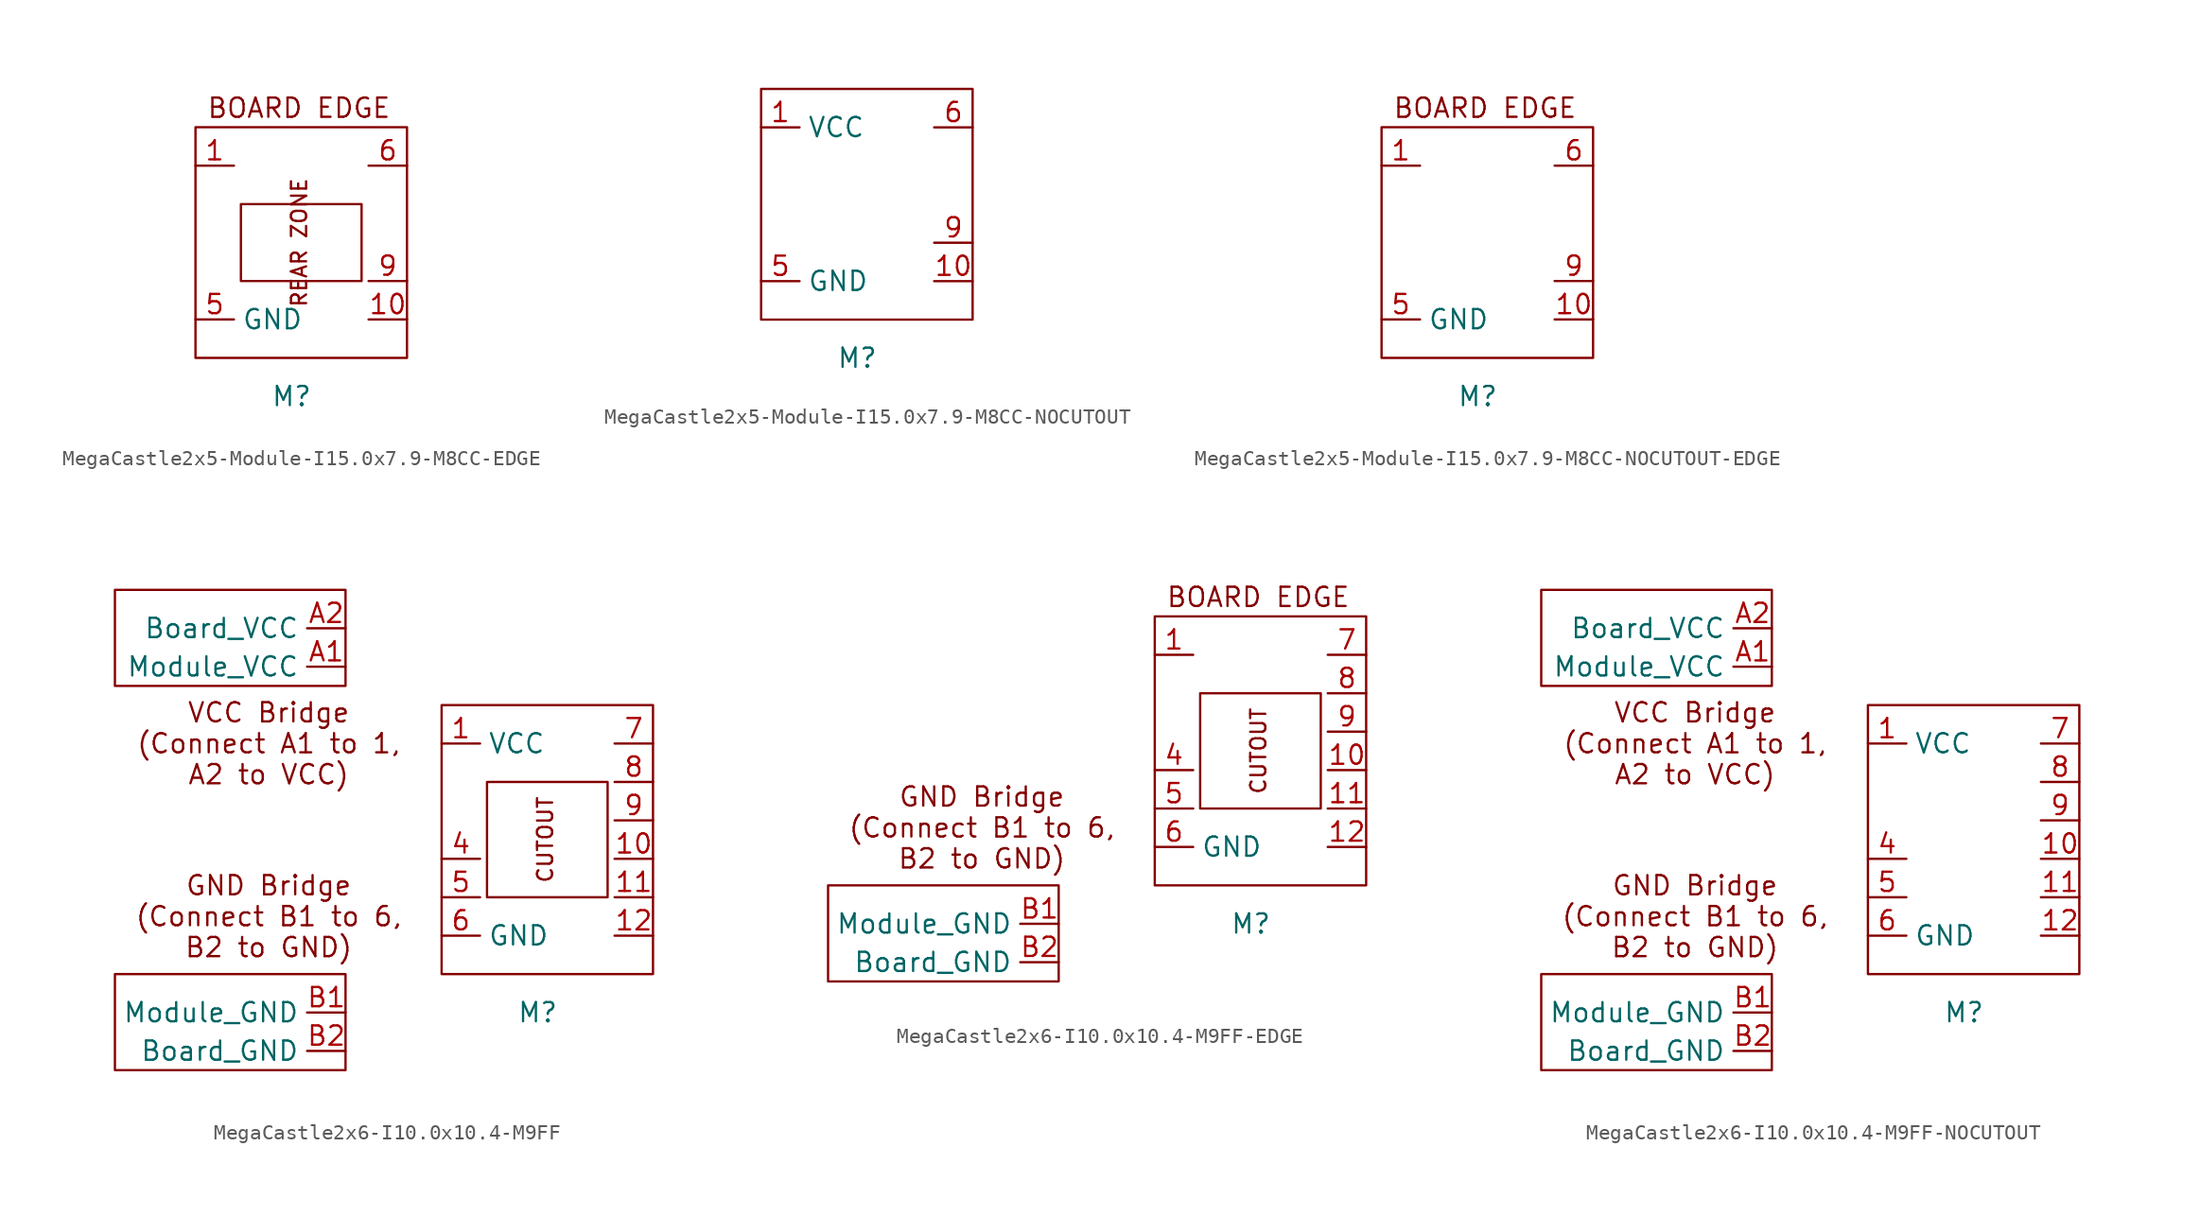
<source format=kicad_sym>
(kicad_symbol_lib
  (version 20241209)
  (generator "kicad_symbol_editor")
  (generator_version "9.0")
  (symbol "MegaCastle2x5-Module-I15.0x7.9-M8CC-EDGE"
    (property "Reference" "M"
      (at 0 -10.16 0)
      (effects (font (size 1.27 1.27))))
    (property "Value" ""
      (at 0 5.08 0)
      (effects (font (size 1.27 1.27))))
    (symbol "MegaCastle2x5-Module-I15.0x7.9-M8CC-EDGE_0_1"
      (rectangle (start -6.35 7.62) (end 7.62 -7.62) (stroke (width 0) (type default)) (fill (type none)))
      (rectangle (start -3.35 2.54) (end 4.62 -2.54) (stroke (width 0) (type default)) (fill (type none))))
    (symbol "MegaCastle2x5-Module-I15.0x7.9-M8CC-EDGE_1_1"
      (text " BOARD EDGE" (at 0 8.89 0) (effects (font (size 1.27 1.27))))
      (text "REAR ZONE" (at 0.5 0 900) (effects (font (size 1 1))))
      (pin bidirectional line (at -6.35 5.08 0) (length 2.54) (name "" (effects (font (size 1.27 1.27)))) (number "1" (effects (font (size 1.27 1.27)))))
      (pin bidirectional line (at -6.35 -5.08 0) (length 2.54) (name "GND" (effects (font (size 1.27 1.27)))) (number "5" (effects (font (size 1.27 1.27)))))
      (pin bidirectional line (at 7.62 5.08 180) (length 2.54) (name "" (effects (font (size 1.27 1.27)))) (number "6" (effects (font (size 1.27 1.27)))))
      (pin bidirectional line (at 7.62 -2.54 180) (length 2.54) (name "" (effects (font (size 1.27 1.27)))) (number "9" (effects (font (size 1.27 1.27)))))
      (pin bidirectional line (at 7.62 -5.08 180) (length 2.54) (name "" (effects (font (size 1.27 1.27)))) (number "10" (effects (font (size 1.27 1.27)))))))
  (symbol "MegaCastle2x5-Module-I15.0x7.9-M8CC-NOCUTOUT"
    (property "Reference" "M"
      (at 0 -10.16 0)
      (effects (font (size 1.27 1.27))))
    (property "Value" ""
      (at 0 5.08 0)
      (effects (font (size 1.27 1.27))))
    (symbol "MegaCastle2x5-Module-I15.0x7.9-M8CC-NOCUTOUT_0_1"
      (rectangle (start -6.35 7.62) (end 7.62 -7.62) (stroke (width 0) (type default)) (fill (type none))))
    (symbol "MegaCastle2x5-Module-I15.0x7.9-M8CC-NOCUTOUT_1_1"
      (pin bidirectional line (at -6.35 5.08 0) (length 2.54) (name "VCC" (effects (font (size 1.27 1.27)))) (number "1" (effects (font (size 1.27 1.27)))))
      (pin bidirectional line (at -6.35 -5.08 0) (length 2.54) (name "GND" (effects (font (size 1.27 1.27)))) (number "5" (effects (font (size 1.27 1.27)))))
      (pin bidirectional line (at 7.62 5.08 180) (length 2.54) (name "" (effects (font (size 1.27 1.27)))) (number "6" (effects (font (size 1.27 1.27)))))
      (pin bidirectional line (at 7.62 -2.54 180) (length 2.54) (name "" (effects (font (size 1.27 1.27)))) (number "9" (effects (font (size 1.27 1.27)))))
      (pin bidirectional line (at 7.62 -5.08 180) (length 2.54) (name "" (effects (font (size 1.27 1.27)))) (number "10" (effects (font (size 1.27 1.27)))))))
  (symbol "MegaCastle2x5-Module-I15.0x7.9-M8CC-NOCUTOUT-EDGE"
    (property "Reference" "M"
      (at 0 -10.16 0)
      (effects (font (size 1.27 1.27))))
    (property "Value" ""
      (at 0 5.08 0)
      (effects (font (size 1.27 1.27))))
    (symbol "MegaCastle2x5-Module-I15.0x7.9-M8CC-NOCUTOUT-EDGE_0_1"
      (rectangle (start -6.35 7.62) (end 7.62 -7.62) (stroke (width 0) (type default)) (fill (type none))))
    (symbol "MegaCastle2x5-Module-I15.0x7.9-M8CC-NOCUTOUT-EDGE_1_1"
      (text " BOARD EDGE" (at 0 8.89 0) (effects (font (size 1.27 1.27))))
      (pin bidirectional line (at -6.35 5.08 0) (length 2.54) (name "" (effects (font (size 1.27 1.27)))) (number "1" (effects (font (size 1.27 1.27)))))
      (pin bidirectional line (at -6.35 -5.08 0) (length 2.54) (name "GND" (effects (font (size 1.27 1.27)))) (number "5" (effects (font (size 1.27 1.27)))))
      (pin bidirectional line (at 7.62 5.08 180) (length 2.54) (name "" (effects (font (size 1.27 1.27)))) (number "6" (effects (font (size 1.27 1.27)))))
      (pin bidirectional line (at 7.62 -2.54 180) (length 2.54) (name "" (effects (font (size 1.27 1.27)))) (number "9" (effects (font (size 1.27 1.27)))))
      (pin bidirectional line (at 7.62 -5.08 180) (length 2.54) (name "" (effects (font (size 1.27 1.27)))) (number "10" (effects (font (size 1.27 1.27)))))))
  (symbol "MegaCastle2x6-I10.0x10.4-M9FF"
    (property "Reference" "M"
      (at 0 -11.43 0)
      (effects (font (size 1.27 1.27))))
    (property "Value" ""
      (at 0 5.08 0)
      (effects (font (size 1.27 1.27))))
    (symbol "MegaCastle2x6-I10.0x10.4-M9FF_0_1"
      (rectangle (start -27.94 16.51) (end -12.7 10.16) (stroke (width 0) (type default)) (fill (type none)))
      (rectangle (start -27.94 -8.89) (end -12.7 -15.24) (stroke (width 0) (type default)) (fill (type none)))
      (rectangle (start -6.35 8.89) (end 7.62 -8.89) (stroke (width 0) (type default)) (fill (type none)))
      (rectangle (start -3.35 3.81) (end 4.62 -3.81) (stroke (width 0) (type default)) (fill (type none))))
    (symbol "MegaCastle2x6-I10.0x10.4-M9FF_1_1"
      (text "VCC Bridge\n(Connect A1 to 1,\nA2 to VCC)" (at -17.78 6.35 0) (effects (font (size 1.27 1.27))))
      (text "GND Bridge\n(Connect B1 to 6,\nB2 to GND)" (at -17.78 -5.08 0) (effects (font (size 1.27 1.27))))
      (text "CUTOUT" (at 0.5 0 900) (effects (font (size 1 1))))
      (pin bidirectional line (at -12.7 13.97 180) (length 2.54) (name "Board_VCC" (effects (font (size 1.27 1.27)))) (number "A2" (effects (font (size 1.27 1.27)))))
      (pin bidirectional line (at -12.7 11.43 180) (length 2.54) (name "Module_VCC" (effects (font (size 1.27 1.27)))) (number "A1" (effects (font (size 1.27 1.27)))))
      (pin bidirectional line (at -12.7 -11.43 180) (length 2.54) (name "Module_GND" (effects (font (size 1.27 1.27)))) (number "B1" (effects (font (size 1.27 1.27)))))
      (pin bidirectional line (at -12.7 -13.97 180) (length 2.54) (name "Board_GND" (effects (font (size 1.27 1.27)))) (number "B2" (effects (font (size 1.27 1.27)))))
      (pin bidirectional line (at -6.35 6.35 0) (length 2.54) (name "VCC" (effects (font (size 1.27 1.27)))) (number "1" (effects (font (size 1.27 1.27)))))
      (pin bidirectional line (at -6.35 -1.27 0) (length 2.54) (name "" (effects (font (size 1.27 1.27)))) (number "4" (effects (font (size 1.27 1.27)))))
      (pin bidirectional line (at -6.35 -3.81 0) (length 2.54) (name "" (effects (font (size 1.27 1.27)))) (number "5" (effects (font (size 1.27 1.27)))))
      (pin bidirectional line (at -6.35 -6.35 0) (length 2.54) (name "GND" (effects (font (size 1.27 1.27)))) (number "6" (effects (font (size 1.27 1.27)))))
      (pin bidirectional line (at 7.62 6.35 180) (length 2.54) (name "" (effects (font (size 1.27 1.27)))) (number "7" (effects (font (size 1.27 1.27)))))
      (pin bidirectional line (at 7.62 3.81 180) (length 2.54) (name "" (effects (font (size 1.27 1.27)))) (number "8" (effects (font (size 1.27 1.27)))))
      (pin bidirectional line (at 7.62 1.27 180) (length 2.54) (name "" (effects (font (size 1.27 1.27)))) (number "9" (effects (font (size 1.27 1.27)))))
      (pin bidirectional line (at 7.62 -1.27 180) (length 2.54) (name "" (effects (font (size 1.27 1.27)))) (number "10" (effects (font (size 1.27 1.27)))))
      (pin bidirectional line (at 7.62 -3.81 180) (length 2.54) (name "" (effects (font (size 1.27 1.27)))) (number "11" (effects (font (size 1.27 1.27)))))
      (pin bidirectional line (at 7.62 -6.35 180) (length 2.54) (name "" (effects (font (size 1.27 1.27)))) (number "12" (effects (font (size 1.27 1.27)))))))
  (symbol "MegaCastle2x6-I10.0x10.4-M9FF-EDGE"
    (property "Reference" "M"
      (at 0 -11.43 0)
      (effects (font (size 1.27 1.27))))
    (property "Value" ""
      (at 0 5.08 0)
      (effects (font (size 1.27 1.27))))
    (symbol "MegaCastle2x6-I10.0x10.4-M9FF-EDGE_0_1"
      (rectangle (start -27.94 -8.89) (end -12.7 -15.24) (stroke (width 0) (type default)) (fill (type none)))
      (rectangle (start -6.35 8.89) (end 7.62 -8.89) (stroke (width 0) (type default)) (fill (type none)))
      (rectangle (start -3.35 3.81) (end 4.62 -3.81) (stroke (width 0) (type default)) (fill (type none))))
    (symbol "MegaCastle2x6-I10.0x10.4-M9FF-EDGE_1_1"
      (text "GND Bridge\n(Connect B1 to 6,\nB2 to GND)" (at -17.78 -5.08 0) (effects (font (size 1.27 1.27))))
      (text " BOARD EDGE" (at 0 10.16 0) (effects (font (size 1.27 1.27))))
      (text "CUTOUT" (at 0.5 0 900) (effects (font (size 1 1))))
      (pin bidirectional line (at -12.7 -11.43 180) (length 2.54) (name "Module_GND" (effects (font (size 1.27 1.27)))) (number "B1" (effects (font (size 1.27 1.27)))))
      (pin bidirectional line (at -12.7 -13.97 180) (length 2.54) (name "Board_GND" (effects (font (size 1.27 1.27)))) (number "B2" (effects (font (size 1.27 1.27)))))
      (pin bidirectional line (at -6.35 6.35 0) (length 2.54) (name "" (effects (font (size 1.27 1.27)))) (number "1" (effects (font (size 1.27 1.27)))))
      (pin bidirectional line (at -6.35 -1.27 0) (length 2.54) (name "" (effects (font (size 1.27 1.27)))) (number "4" (effects (font (size 1.27 1.27)))))
      (pin bidirectional line (at -6.35 -3.81 0) (length 2.54) (name "" (effects (font (size 1.27 1.27)))) (number "5" (effects (font (size 1.27 1.27)))))
      (pin bidirectional line (at -6.35 -6.35 0) (length 2.54) (name "GND" (effects (font (size 1.27 1.27)))) (number "6" (effects (font (size 1.27 1.27)))))
      (pin bidirectional line (at 7.62 6.35 180) (length 2.54) (name "" (effects (font (size 1.27 1.27)))) (number "7" (effects (font (size 1.27 1.27)))))
      (pin bidirectional line (at 7.62 3.81 180) (length 2.54) (name "" (effects (font (size 1.27 1.27)))) (number "8" (effects (font (size 1.27 1.27)))))
      (pin bidirectional line (at 7.62 1.27 180) (length 2.54) (name "" (effects (font (size 1.27 1.27)))) (number "9" (effects (font (size 1.27 1.27)))))
      (pin bidirectional line (at 7.62 -1.27 180) (length 2.54) (name "" (effects (font (size 1.27 1.27)))) (number "10" (effects (font (size 1.27 1.27)))))
      (pin bidirectional line (at 7.62 -3.81 180) (length 2.54) (name "" (effects (font (size 1.27 1.27)))) (number "11" (effects (font (size 1.27 1.27)))))
      (pin bidirectional line (at 7.62 -6.35 180) (length 2.54) (name "" (effects (font (size 1.27 1.27)))) (number "12" (effects (font (size 1.27 1.27)))))))
  (symbol "MegaCastle2x6-I10.0x10.4-M9FF-NOCUTOUT"
    (property "Reference" "M"
      (at 0 -11.43 0)
      (effects (font (size 1.27 1.27))))
    (property "Value" ""
      (at 0 5.08 0)
      (effects (font (size 1.27 1.27))))
    (symbol "MegaCastle2x6-I10.0x10.4-M9FF-NOCUTOUT_0_1"
      (rectangle (start -27.94 16.51) (end -12.7 10.16) (stroke (width 0) (type default)) (fill (type none)))
      (rectangle (start -27.94 -8.89) (end -12.7 -15.24) (stroke (width 0) (type default)) (fill (type none)))
      (rectangle (start -6.35 8.89) (end 7.62 -8.89) (stroke (width 0) (type default)) (fill (type none))))
    (symbol "MegaCastle2x6-I10.0x10.4-M9FF-NOCUTOUT_1_1"
      (text "VCC Bridge\n(Connect A1 to 1,\nA2 to VCC)" (at -17.78 6.35 0) (effects (font (size 1.27 1.27))))
      (text "GND Bridge\n(Connect B1 to 6,\nB2 to GND)" (at -17.78 -5.08 0) (effects (font (size 1.27 1.27))))
      (pin bidirectional line (at -12.7 13.97 180) (length 2.54) (name "Board_VCC" (effects (font (size 1.27 1.27)))) (number "A2" (effects (font (size 1.27 1.27)))))
      (pin bidirectional line (at -12.7 11.43 180) (length 2.54) (name "Module_VCC" (effects (font (size 1.27 1.27)))) (number "A1" (effects (font (size 1.27 1.27)))))
      (pin bidirectional line (at -12.7 -11.43 180) (length 2.54) (name "Module_GND" (effects (font (size 1.27 1.27)))) (number "B1" (effects (font (size 1.27 1.27)))))
      (pin bidirectional line (at -12.7 -13.97 180) (length 2.54) (name "Board_GND" (effects (font (size 1.27 1.27)))) (number "B2" (effects (font (size 1.27 1.27)))))
      (pin bidirectional line (at -6.35 6.35 0) (length 2.54) (name "VCC" (effects (font (size 1.27 1.27)))) (number "1" (effects (font (size 1.27 1.27)))))
      (pin bidirectional line (at -6.35 -1.27 0) (length 2.54) (name "" (effects (font (size 1.27 1.27)))) (number "4" (effects (font (size 1.27 1.27)))))
      (pin bidirectional line (at -6.35 -3.81 0) (length 2.54) (name "" (effects (font (size 1.27 1.27)))) (number "5" (effects (font (size 1.27 1.27)))))
      (pin bidirectional line (at -6.35 -6.35 0) (length 2.54) (name "GND" (effects (font (size 1.27 1.27)))) (number "6" (effects (font (size 1.27 1.27)))))
      (pin bidirectional line (at 7.62 6.35 180) (length 2.54) (name "" (effects (font (size 1.27 1.27)))) (number "7" (effects (font (size 1.27 1.27)))))
      (pin bidirectional line (at 7.62 3.81 180) (length 2.54) (name "" (effects (font (size 1.27 1.27)))) (number "8" (effects (font (size 1.27 1.27)))))
      (pin bidirectional line (at 7.62 1.27 180) (length 2.54) (name "" (effects (font (size 1.27 1.27)))) (number "9" (effects (font (size 1.27 1.27)))))
      (pin bidirectional line (at 7.62 -1.27 180) (length 2.54) (name "" (effects (font (size 1.27 1.27)))) (number "10" (effects (font (size 1.27 1.27)))))
      (pin bidirectional line (at 7.62 -3.81 180) (length 2.54) (name "" (effects (font (size 1.27 1.27)))) (number "11" (effects (font (size 1.27 1.27)))))
      (pin bidirectional line (at 7.62 -6.35 180) (length 2.54) (name "" (effects (font (size 1.27 1.27)))) (number "12" (effects (font (size 1.27 1.27))))))))
</source>
